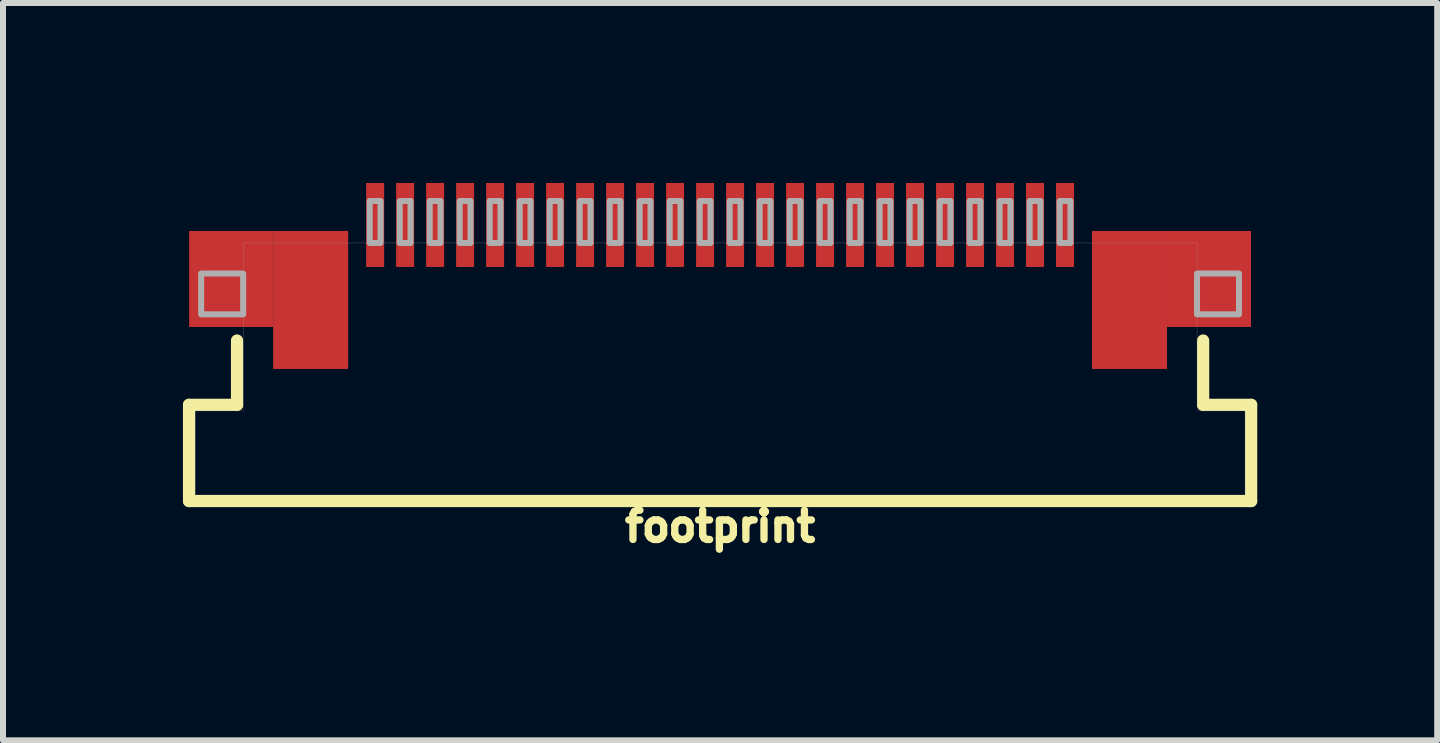
<source format=kicad_pcb>
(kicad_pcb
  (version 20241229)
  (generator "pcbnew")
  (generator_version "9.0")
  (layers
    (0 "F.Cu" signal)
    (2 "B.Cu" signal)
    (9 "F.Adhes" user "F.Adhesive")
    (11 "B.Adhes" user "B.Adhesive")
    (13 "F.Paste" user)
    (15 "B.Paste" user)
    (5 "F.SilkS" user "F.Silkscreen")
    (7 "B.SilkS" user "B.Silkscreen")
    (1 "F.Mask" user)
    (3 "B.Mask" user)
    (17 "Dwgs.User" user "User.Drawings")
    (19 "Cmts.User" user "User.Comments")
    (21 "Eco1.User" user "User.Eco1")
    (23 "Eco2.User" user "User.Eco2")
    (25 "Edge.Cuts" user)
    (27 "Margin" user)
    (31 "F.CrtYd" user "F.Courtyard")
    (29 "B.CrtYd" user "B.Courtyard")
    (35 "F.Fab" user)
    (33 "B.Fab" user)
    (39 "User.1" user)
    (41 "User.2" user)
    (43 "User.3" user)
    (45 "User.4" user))
  (footprint "footprint"
    (layer "F.Cu")
    (at 8.953 3.1)
    (property "Reference" "footprint" (at 0 2.337 0) (layer "F.SilkS") (effects (font (size 0.488 0.488) (thickness 0.122)) (justify top)))
    (fp_line (start -8.852 0.598) (end -8.852 2.202) (stroke (width 0.203) (type solid)) (layer "F.SilkS"))
    (fp_line (start -8.852 2.202) (end 8.852 2.202) (stroke (width 0.203) (type solid)) (layer "F.SilkS"))
    (fp_line (start -8.052 -0.474) (end -8.052 0.598) (stroke (width 0.203) (type solid)) (layer "F.SilkS"))
    (fp_line (start -8.052 0.598) (end -8.852 0.598) (stroke (width 0.203) (type solid)) (layer "F.SilkS"))
    (fp_line (start 8.052 -0.474) (end 8.052 0.598) (stroke (width 0.203) (type solid)) (layer "F.SilkS"))
    (fp_line (start 8.052 0.598) (end 8.852 0.598) (stroke (width 0.203) (type solid)) (layer "F.SilkS"))
    (fp_line (start 8.852 0.598) (end 8.852 2.202) (stroke (width 0.203) (type solid)) (layer "F.SilkS"))
    (fp_line (start -8.75 0.7) (end -8.75 2.1) (stroke (width 0.003) (type solid)) (layer "F.Fab"))
    (fp_line (start -8.75 2.1) (end 8.75 2.1) (stroke (width 0.003) (type solid)) (layer "F.Fab"))
    (fp_line (start -7.95 -2.1) (end -7.95 0.7) (stroke (width 0.003) (type solid)) (layer "F.Fab"))
    (fp_line (start -7.95 0.7) (end -8.75 0.7) (stroke (width 0.003) (type solid)) (layer "F.Fab"))
    (fp_line (start 7.95 -2.1) (end -7.95 -2.1) (stroke (width 0.003) (type solid)) (layer "F.Fab"))
    (fp_line (start 7.95 0.7) (end 7.95 -2.1) (stroke (width 0.003) (type solid)) (layer "F.Fab"))
    (fp_line (start 8.75 0.7) (end 7.95 0.7) (stroke (width 0.003) (type solid)) (layer "F.Fab"))
    (fp_line (start 8.75 2.1) (end 8.75 0.7) (stroke (width 0.003) (type solid)) (layer "F.Fab"))
    (fp_poly (pts (xy -8.65 -0.91) (xy -7.95 -0.91) (xy -7.95 -1.59) (xy -8.65 -1.59)) (stroke (width 0.1) (type solid)) (fill no) (layer "F.Fab"))
    (fp_poly (pts (xy -5.84 -2.1) (xy -5.66 -2.1) (xy -5.66 -2.8) (xy -5.84 -2.8)) (stroke (width 0.1) (type solid)) (fill no) (layer "F.Fab"))
    (fp_poly (pts (xy -5.34 -2.1) (xy -5.16 -2.1) (xy -5.16 -2.8) (xy -5.34 -2.8)) (stroke (width 0.1) (type solid)) (fill no) (layer "F.Fab"))
    (fp_poly (pts (xy -4.84 -2.1) (xy -4.66 -2.1) (xy -4.66 -2.8) (xy -4.84 -2.8)) (stroke (width 0.1) (type solid)) (fill no) (layer "F.Fab"))
    (fp_poly (pts (xy -4.34 -2.1) (xy -4.16 -2.1) (xy -4.16 -2.8) (xy -4.34 -2.8)) (stroke (width 0.1) (type solid)) (fill no) (layer "F.Fab"))
    (fp_poly (pts (xy -3.84 -2.1) (xy -3.66 -2.1) (xy -3.66 -2.8) (xy -3.84 -2.8)) (stroke (width 0.1) (type solid)) (fill no) (layer "F.Fab"))
    (fp_poly (pts (xy -3.34 -2.1) (xy -3.16 -2.1) (xy -3.16 -2.8) (xy -3.34 -2.8)) (stroke (width 0.1) (type solid)) (fill no) (layer "F.Fab"))
    (fp_poly (pts (xy -2.84 -2.1) (xy -2.66 -2.1) (xy -2.66 -2.8) (xy -2.84 -2.8)) (stroke (width 0.1) (type solid)) (fill no) (layer "F.Fab"))
    (fp_poly (pts (xy -2.34 -2.1) (xy -2.16 -2.1) (xy -2.16 -2.8) (xy -2.34 -2.8)) (stroke (width 0.1) (type solid)) (fill no) (layer "F.Fab"))
    (fp_poly (pts (xy -1.84 -2.1) (xy -1.66 -2.1) (xy -1.66 -2.8) (xy -1.84 -2.8)) (stroke (width 0.1) (type solid)) (fill no) (layer "F.Fab"))
    (fp_poly (pts (xy -1.34 -2.1) (xy -1.16 -2.1) (xy -1.16 -2.8) (xy -1.34 -2.8)) (stroke (width 0.1) (type solid)) (fill no) (layer "F.Fab"))
    (fp_poly (pts (xy -0.84 -2.1) (xy -0.66 -2.1) (xy -0.66 -2.8) (xy -0.84 -2.8)) (stroke (width 0.1) (type solid)) (fill no) (layer "F.Fab"))
    (fp_poly (pts (xy -0.34 -2.1) (xy -0.16 -2.1) (xy -0.16 -2.8) (xy -0.34 -2.8)) (stroke (width 0.1) (type solid)) (fill no) (layer "F.Fab"))
    (fp_poly (pts (xy 0.16 -2.1) (xy 0.34 -2.1) (xy 0.34 -2.8) (xy 0.16 -2.8)) (stroke (width 0.1) (type solid)) (fill no) (layer "F.Fab"))
    (fp_poly (pts (xy 0.66 -2.1) (xy 0.84 -2.1) (xy 0.84 -2.8) (xy 0.66 -2.8)) (stroke (width 0.1) (type solid)) (fill no) (layer "F.Fab"))
    (fp_poly (pts (xy 1.16 -2.1) (xy 1.34 -2.1) (xy 1.34 -2.8) (xy 1.16 -2.8)) (stroke (width 0.1) (type solid)) (fill no) (layer "F.Fab"))
    (fp_poly (pts (xy 1.66 -2.1) (xy 1.84 -2.1) (xy 1.84 -2.8) (xy 1.66 -2.8)) (stroke (width 0.1) (type solid)) (fill no) (layer "F.Fab"))
    (fp_poly (pts (xy 2.16 -2.1) (xy 2.34 -2.1) (xy 2.34 -2.8) (xy 2.16 -2.8)) (stroke (width 0.1) (type solid)) (fill no) (layer "F.Fab"))
    (fp_poly (pts (xy 2.66 -2.1) (xy 2.84 -2.1) (xy 2.84 -2.8) (xy 2.66 -2.8)) (stroke (width 0.1) (type solid)) (fill no) (layer "F.Fab"))
    (fp_poly (pts (xy 3.16 -2.1) (xy 3.34 -2.1) (xy 3.34 -2.8) (xy 3.16 -2.8)) (stroke (width 0.1) (type solid)) (fill no) (layer "F.Fab"))
    (fp_poly (pts (xy 3.66 -2.1) (xy 3.84 -2.1) (xy 3.84 -2.8) (xy 3.66 -2.8)) (stroke (width 0.1) (type solid)) (fill no) (layer "F.Fab"))
    (fp_poly (pts (xy 4.16 -2.1) (xy 4.34 -2.1) (xy 4.34 -2.8) (xy 4.16 -2.8)) (stroke (width 0.1) (type solid)) (fill no) (layer "F.Fab"))
    (fp_poly (pts (xy 4.66 -2.1) (xy 4.84 -2.1) (xy 4.84 -2.8) (xy 4.66 -2.8)) (stroke (width 0.1) (type solid)) (fill no) (layer "F.Fab"))
    (fp_poly (pts (xy 5.16 -2.1) (xy 5.34 -2.1) (xy 5.34 -2.8) (xy 5.16 -2.8)) (stroke (width 0.1) (type solid)) (fill no) (layer "F.Fab"))
    (fp_poly (pts (xy 5.66 -2.1) (xy 5.84 -2.1) (xy 5.84 -2.8) (xy 5.66 -2.8)) (stroke (width 0.1) (type solid)) (fill no) (layer "F.Fab"))
    (fp_poly (pts (xy 7.95 -0.91) (xy 8.65 -0.91) (xy 8.65 -1.59) (xy 7.95 -1.59)) (stroke (width 0.1) (type solid)) (fill no) (layer "F.Fab"))
    (pad "1" smd rect (at 5.75 -2.4) (size 0.3 1.4) (layers "F.Cu" "F.Mask" "F.Paste"))
    (pad "2" smd rect (at 5.25 -2.4) (size 0.3 1.4) (layers "F.Cu" "F.Mask" "F.Paste"))
    (pad "3" smd rect (at 4.75 -2.4) (size 0.3 1.4) (layers "F.Cu" "F.Mask" "F.Paste"))
    (pad "4" smd rect (at 4.25 -2.4) (size 0.3 1.4) (layers "F.Cu" "F.Mask" "F.Paste"))
    (pad "5" smd rect (at 3.75 -2.4) (size 0.3 1.4) (layers "F.Cu" "F.Mask" "F.Paste"))
    (pad "6" smd rect (at 3.25 -2.4) (size 0.3 1.4) (layers "F.Cu" "F.Mask" "F.Paste"))
    (pad "7" smd rect (at 2.75 -2.4) (size 0.3 1.4) (layers "F.Cu" "F.Mask" "F.Paste"))
    (pad "8" smd rect (at 2.25 -2.4) (size 0.3 1.4) (layers "F.Cu" "F.Mask" "F.Paste"))
    (pad "9" smd rect (at 1.75 -2.4) (size 0.3 1.4) (layers "F.Cu" "F.Mask" "F.Paste"))
    (pad "10" smd rect (at 1.25 -2.4) (size 0.3 1.4) (layers "F.Cu" "F.Mask" "F.Paste"))
    (pad "11" smd rect (at 0.75 -2.4) (size 0.3 1.4) (layers "F.Cu" "F.Mask" "F.Paste"))
    (pad "12" smd rect (at 0.25 -2.4) (size 0.3 1.4) (layers "F.Cu" "F.Mask" "F.Paste"))
    (pad "13" smd rect (at -0.25 -2.4) (size 0.3 1.4) (layers "F.Cu" "F.Mask" "F.Paste"))
    (pad "14" smd rect (at -0.75 -2.4) (size 0.3 1.4) (layers "F.Cu" "F.Mask" "F.Paste"))
    (pad "15" smd rect (at -1.25 -2.4) (size 0.3 1.4) (layers "F.Cu" "F.Mask" "F.Paste"))
    (pad "16" smd rect (at -1.75 -2.4) (size 0.3 1.4) (layers "F.Cu" "F.Mask" "F.Paste"))
    (pad "17" smd rect (at -2.25 -2.4) (size 0.3 1.4) (layers "F.Cu" "F.Mask" "F.Paste"))
    (pad "18" smd rect (at -2.75 -2.4) (size 0.3 1.4) (layers "F.Cu" "F.Mask" "F.Paste"))
    (pad "19" smd rect (at -3.25 -2.4) (size 0.3 1.4) (layers "F.Cu" "F.Mask" "F.Paste"))
    (pad "20" smd rect (at -3.75 -2.4) (size 0.3 1.4) (layers "F.Cu" "F.Mask" "F.Paste"))
    (pad "21" smd rect (at -4.25 -2.4) (size 0.3 1.4) (layers "F.Cu" "F.Mask" "F.Paste"))
    (pad "22" smd rect (at -4.75 -2.4) (size 0.3 1.4) (layers "F.Cu" "F.Mask" "F.Paste"))
    (pad "23" smd rect (at -5.25 -2.4) (size 0.3 1.4) (layers "F.Cu" "F.Mask" "F.Paste"))
    (pad "24" smd rect (at -5.75 -2.4) (size 0.3 1.4) (layers "F.Cu" "F.Mask" "F.Paste"))
    (pad "MNT1@0" smd rect (at -8.15 -1.5) (size 1.4 1.6) (layers "F.Cu" "F.Mask" "F.Paste"))
    (pad "MNT1@1" smd rect (at -6.825 -1.15) (size 1.25 2.3) (layers "F.Cu" "F.Mask" "F.Paste"))
    (pad "MNT2@0" smd rect (at 6.825 -1.15) (size 1.25 2.3) (layers "F.Cu" "F.Mask" "F.Paste"))
    (pad "MNT2@1" smd rect (at 8.15 -1.5) (size 1.4 1.6) (layers "F.Cu" "F.Mask" "F.Paste")))
  (gr_rect
    (start -3 -3)
    (end 20.906 9.29)
    (stroke (width 0.1) (type default))
    (fill no)
    (layer "Edge.Cuts")))
</source>
